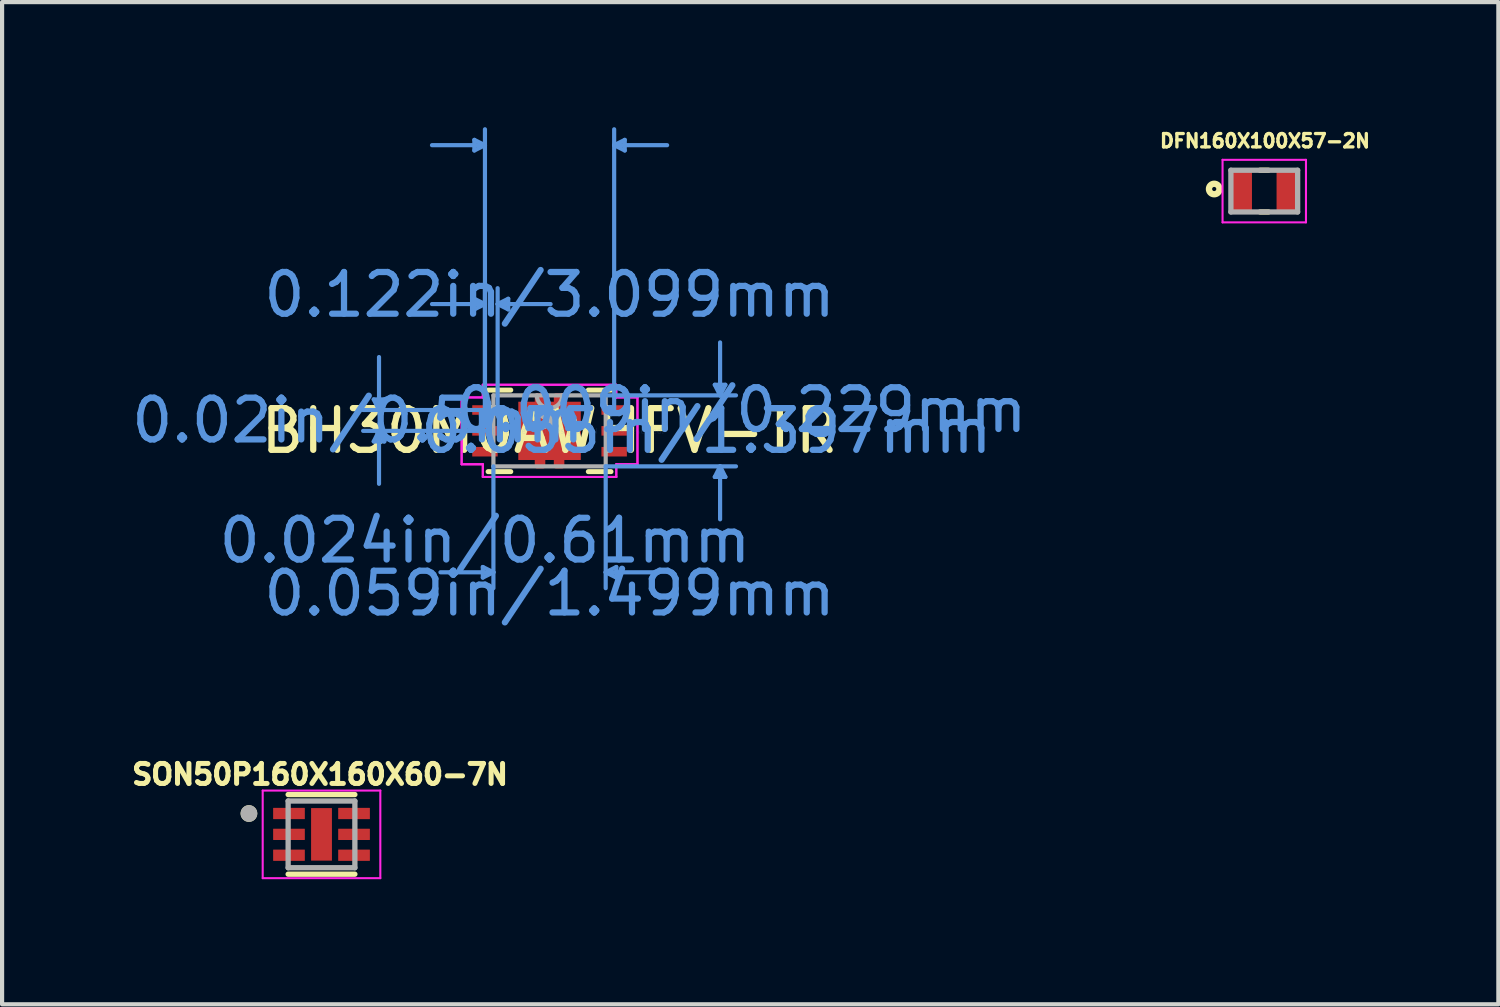
<source format=kicad_pcb>
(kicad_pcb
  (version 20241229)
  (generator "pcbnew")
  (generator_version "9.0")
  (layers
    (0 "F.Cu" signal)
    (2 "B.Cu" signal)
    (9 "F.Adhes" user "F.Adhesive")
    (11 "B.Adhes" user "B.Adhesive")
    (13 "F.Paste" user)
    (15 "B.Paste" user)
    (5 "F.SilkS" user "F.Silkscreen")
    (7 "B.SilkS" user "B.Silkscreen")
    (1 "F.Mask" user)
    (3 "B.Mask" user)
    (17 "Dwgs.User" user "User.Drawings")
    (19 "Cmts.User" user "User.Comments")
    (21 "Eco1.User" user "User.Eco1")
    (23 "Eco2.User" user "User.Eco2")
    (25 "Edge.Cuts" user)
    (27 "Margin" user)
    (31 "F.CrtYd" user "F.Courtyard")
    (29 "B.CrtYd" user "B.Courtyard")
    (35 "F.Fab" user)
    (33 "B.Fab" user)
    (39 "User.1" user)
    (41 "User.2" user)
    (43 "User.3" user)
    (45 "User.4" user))
  (footprint "SON50P160X160X60-7N"
    (layer "F.Cu")
    (at 4.659 16.956)
    (property "Reference" "SON50P160X160X60-7N" (at -0.036 -1.437 0) (layer "F.SilkS") (effects (font (size 0.48 0.48) (thickness 0.15))))
    (attr smd)
    (fp_line (start -0.8 -0.955) (end 0.8 -0.955) (stroke (width 0.127) (type solid)) (layer "F.SilkS"))
    (fp_line (start -0.8 0.955) (end 0.8 0.955) (stroke (width 0.127) (type solid)) (layer "F.SilkS"))
    (fp_circle (center -1.74 -0.5) (end -1.64 -0.5) (stroke (width 0.2) (type solid)) (fill no) (layer "F.SilkS"))
    (fp_poly (pts (xy -0.16 -0.4) (xy 0.16 -0.4) (xy 0.16 0.4) (xy -0.16 0.4)) (stroke (width 0.01) (type solid)) (fill yes) (layer "F.Paste"))
    (fp_line (start -1.41 -1.05) (end -1.41 1.05) (stroke (width 0.05) (type solid)) (layer "F.CrtYd"))
    (fp_line (start -1.41 -1.05) (end 1.41 -1.05) (stroke (width 0.05) (type solid)) (layer "F.CrtYd"))
    (fp_line (start -1.41 1.05) (end 1.41 1.05) (stroke (width 0.05) (type solid)) (layer "F.CrtYd"))
    (fp_line (start 1.41 -1.05) (end 1.41 1.05) (stroke (width 0.05) (type solid)) (layer "F.CrtYd"))
    (fp_line (start -0.8 -0.8) (end -0.8 0.8) (stroke (width 0.127) (type solid)) (layer "F.Fab"))
    (fp_line (start -0.8 -0.8) (end 0.8 -0.8) (stroke (width 0.127) (type solid)) (layer "F.Fab"))
    (fp_line (start -0.8 0.8) (end 0.8 0.8) (stroke (width 0.127) (type solid)) (layer "F.Fab"))
    (fp_line (start 0.8 -0.8) (end 0.8 0.8) (stroke (width 0.127) (type solid)) (layer "F.Fab"))
    (fp_circle (center -1.74 -0.5) (end -1.64 -0.5) (stroke (width 0.2) (type solid)) (fill no) (layer "F.Fab"))
    (pad "1" smd roundrect (at -0.78 -0.5) (size 0.76 0.27) (layers "F.Cu" "F.Mask" "F.Paste") (roundrect_rratio 0.03))
    (pad "2" smd roundrect (at -0.78 0) (size 0.76 0.27) (layers "F.Cu" "F.Mask" "F.Paste") (roundrect_rratio 0.03))
    (pad "3" smd roundrect (at -0.78 0.5) (size 0.76 0.27) (layers "F.Cu" "F.Mask" "F.Paste") (roundrect_rratio 0.03))
    (pad "4" smd roundrect (at 0.78 0.5) (size 0.76 0.27) (layers "F.Cu" "F.Mask" "F.Paste") (roundrect_rratio 0.03))
    (pad "5" smd roundrect (at 0.78 0) (size 0.76 0.27) (layers "F.Cu" "F.Mask" "F.Paste") (roundrect_rratio 0.03))
    (pad "6" smd roundrect (at 0.78 -0.5) (size 0.76 0.27) (layers "F.Cu" "F.Mask" "F.Paste") (roundrect_rratio 0.03))
    (pad "7" smd rect (at 0 0) (size 0.5 1.26) (layers "F.Cu" "F.Mask")))
  (footprint "BH30M0AWHFV-TR"
    (layer "F.Cu")
    (at 10.127 7.281)
    (property "Reference" "BH30M0AWHFV-TR" (at 0 0 0) (layer "F.SilkS") (effects (font (size 1 1) (thickness 0.15))))
    (attr through_hole)
    (fp_poly (pts (xy -0.305 -0.699) (xy -0.305 -0.851) (xy -0.152 -0.851) (xy -0.152 -0.699)) (stroke (width 0.1) (type solid)) (fill yes) (layer "F.Cu"))
    (fp_poly (pts (xy -0.305 0.699) (xy -0.305 0.851) (xy -0.152 0.851) (xy -0.152 0.699)) (stroke (width 0.1) (type solid)) (fill yes) (layer "F.Cu"))
    (fp_poly (pts (xy 0.305 -0.699) (xy 0.305 -0.851) (xy 0.152 -0.851) (xy 0.152 -0.699)) (stroke (width 0.1) (type solid)) (fill yes) (layer "F.Cu"))
    (fp_poly (pts (xy 0.305 0.699) (xy 0.305 0.851) (xy 0.152 0.851) (xy 0.152 0.699)) (stroke (width 0.1) (type solid)) (fill yes) (layer "F.Cu"))
    (fp_poly (pts (xy -0.305 -0.699) (xy -0.305 -0.851) (xy -0.152 -0.851) (xy -0.152 -0.699)) (stroke (width 0.1) (type solid)) (fill yes) (layer "F.Mask"))
    (fp_poly (pts (xy -0.305 0.699) (xy -0.305 0.851) (xy -0.152 0.851) (xy -0.152 0.699)) (stroke (width 0.1) (type solid)) (fill yes) (layer "F.Mask"))
    (fp_poly (pts (xy 0.305 -0.699) (xy 0.305 -0.851) (xy 0.152 -0.851) (xy 0.152 -0.699)) (stroke (width 0.1) (type solid)) (fill yes) (layer "F.Mask"))
    (fp_poly (pts (xy 0.305 0.699) (xy 0.305 0.851) (xy 0.152 0.851) (xy 0.152 0.699)) (stroke (width 0.1) (type solid)) (fill yes) (layer "F.Mask"))
    (fp_line (start -1.473 0.978) (end -0.93 0.978) (stroke (width 0.12) (type solid)) (layer "F.SilkS"))
    (fp_line (start -0.93 -0.978) (end -1.473 -0.978) (stroke (width 0.12) (type solid)) (layer "F.SilkS"))
    (fp_line (start 0.93 0.978) (end 1.473 0.978) (stroke (width 0.12) (type solid)) (layer "F.SilkS"))
    (fp_line (start 1.473 -0.978) (end 0.93 -0.978) (stroke (width 0.12) (type solid)) (layer "F.SilkS"))
    (fp_poly (pts (xy -0.305 -0.699) (xy -0.305 -0.851) (xy -0.152 -0.851) (xy -0.152 -0.699)) (stroke (width 0.1) (type solid)) (fill yes) (layer "F.Paste"))
    (fp_poly (pts (xy -0.305 0.699) (xy -0.305 0.851) (xy -0.152 0.851) (xy -0.152 0.699)) (stroke (width 0.1) (type solid)) (fill yes) (layer "F.Paste"))
    (fp_poly (pts (xy 0.305 -0.699) (xy 0.305 -0.851) (xy 0.152 -0.851) (xy 0.152 -0.699)) (stroke (width 0.1) (type solid)) (fill yes) (layer "F.Paste"))
    (fp_poly (pts (xy 0.305 0.699) (xy 0.305 0.851) (xy 0.152 0.851) (xy 0.152 0.699)) (stroke (width 0.1) (type solid)) (fill yes) (layer "F.Paste"))
    (fp_line (start -4.216 -0.754) (end -3.962 -0.754) (stroke (width 0.1) (type solid)) (layer "Cmts.User"))
    (fp_line (start -4.216 0.254) (end -3.962 0.254) (stroke (width 0.1) (type solid)) (layer "Cmts.User"))
    (fp_line (start -4.089 -0.5) (end -4.216 -0.754) (stroke (width 0.1) (type solid)) (layer "Cmts.User"))
    (fp_line (start -4.089 -0.5) (end -4.089 -1.77) (stroke (width 0.1) (type solid)) (layer "Cmts.User"))
    (fp_line (start -4.089 -0.5) (end -3.962 -0.754) (stroke (width 0.1) (type solid)) (layer "Cmts.User"))
    (fp_line (start -4.089 0) (end -4.216 0.254) (stroke (width 0.1) (type solid)) (layer "Cmts.User"))
    (fp_line (start -4.089 0) (end -4.089 1.27) (stroke (width 0.1) (type solid)) (layer "Cmts.User"))
    (fp_line (start -4.089 0) (end -3.962 0.254) (stroke (width 0.1) (type solid)) (layer "Cmts.User"))
    (fp_line (start -1.803 -6.977) (end -1.803 -6.723) (stroke (width 0.1) (type solid)) (layer "Cmts.User"))
    (fp_line (start -1.803 -3.167) (end -1.803 -2.913) (stroke (width 0.1) (type solid)) (layer "Cmts.User"))
    (fp_line (start -1.6 3.264) (end -1.6 3.518) (stroke (width 0.1) (type solid)) (layer "Cmts.User"))
    (fp_line (start -1.549 -6.85) (end -2.819 -6.85) (stroke (width 0.1) (type solid)) (layer "Cmts.User"))
    (fp_line (start -1.549 -6.85) (end -1.803 -6.977) (stroke (width 0.1) (type solid)) (layer "Cmts.User"))
    (fp_line (start -1.549 -6.85) (end -1.803 -6.723) (stroke (width 0.1) (type solid)) (layer "Cmts.User"))
    (fp_line (start -1.549 -3.04) (end -2.819 -3.04) (stroke (width 0.1) (type solid)) (layer "Cmts.User"))
    (fp_line (start -1.549 -3.04) (end -1.803 -3.167) (stroke (width 0.1) (type solid)) (layer "Cmts.User"))
    (fp_line (start -1.549 -3.04) (end -1.803 -2.913) (stroke (width 0.1) (type solid)) (layer "Cmts.User"))
    (fp_line (start -1.549 -0.5) (end -4.47 -0.5) (stroke (width 0.1) (type solid)) (layer "Cmts.User"))
    (fp_line (start -1.549 -0.5) (end -1.549 -7.231) (stroke (width 0.1) (type solid)) (layer "Cmts.User"))
    (fp_line (start -1.549 -0.5) (end -1.549 -3.421) (stroke (width 0.1) (type solid)) (layer "Cmts.User"))
    (fp_line (start -1.549 0) (end -4.47 0) (stroke (width 0.1) (type solid)) (layer "Cmts.User"))
    (fp_line (start -1.346 0.851) (end -1.346 3.772) (stroke (width 0.1) (type solid)) (layer "Cmts.User"))
    (fp_line (start -1.346 3.391) (end -2.616 3.391) (stroke (width 0.1) (type solid)) (layer "Cmts.User"))
    (fp_line (start -1.346 3.391) (end -1.6 3.264) (stroke (width 0.1) (type solid)) (layer "Cmts.User"))
    (fp_line (start -1.346 3.391) (end -1.6 3.518) (stroke (width 0.1) (type solid)) (layer "Cmts.User"))
    (fp_line (start -1.245 -3.04) (end -0.991 -3.167) (stroke (width 0.1) (type solid)) (layer "Cmts.User"))
    (fp_line (start -1.245 -3.04) (end -0.991 -2.913) (stroke (width 0.1) (type solid)) (layer "Cmts.User"))
    (fp_line (start -1.245 -3.04) (end 0.025 -3.04) (stroke (width 0.1) (type solid)) (layer "Cmts.User"))
    (fp_line (start -1.245 -0.5) (end -1.245 -3.421) (stroke (width 0.1) (type solid)) (layer "Cmts.User"))
    (fp_line (start -0.991 -3.167) (end -0.991 -2.913) (stroke (width 0.1) (type solid)) (layer "Cmts.User"))
    (fp_line (start 1.346 -0.851) (end 4.47 -0.851) (stroke (width 0.1) (type solid)) (layer "Cmts.User"))
    (fp_line (start 1.346 0.851) (end 1.346 3.772) (stroke (width 0.1) (type solid)) (layer "Cmts.User"))
    (fp_line (start 1.346 0.851) (end 4.47 0.851) (stroke (width 0.1) (type solid)) (layer "Cmts.User"))
    (fp_line (start 1.346 3.391) (end 1.6 3.264) (stroke (width 0.1) (type solid)) (layer "Cmts.User"))
    (fp_line (start 1.346 3.391) (end 1.6 3.518) (stroke (width 0.1) (type solid)) (layer "Cmts.User"))
    (fp_line (start 1.346 3.391) (end 2.616 3.391) (stroke (width 0.1) (type solid)) (layer "Cmts.User"))
    (fp_line (start 1.549 -6.85) (end 1.803 -6.977) (stroke (width 0.1) (type solid)) (layer "Cmts.User"))
    (fp_line (start 1.549 -6.85) (end 1.803 -6.723) (stroke (width 0.1) (type solid)) (layer "Cmts.User"))
    (fp_line (start 1.549 -6.85) (end 2.819 -6.85) (stroke (width 0.1) (type solid)) (layer "Cmts.User"))
    (fp_line (start 1.549 -0.5) (end 1.549 -7.231) (stroke (width 0.1) (type solid)) (layer "Cmts.User"))
    (fp_line (start 1.6 3.264) (end 1.6 3.518) (stroke (width 0.1) (type solid)) (layer "Cmts.User"))
    (fp_line (start 1.803 -6.977) (end 1.803 -6.723) (stroke (width 0.1) (type solid)) (layer "Cmts.User"))
    (fp_line (start 3.962 -1.105) (end 4.216 -1.105) (stroke (width 0.1) (type solid)) (layer "Cmts.User"))
    (fp_line (start 3.962 1.105) (end 4.216 1.105) (stroke (width 0.1) (type solid)) (layer "Cmts.User"))
    (fp_line (start 4.089 -0.851) (end 3.962 -1.105) (stroke (width 0.1) (type solid)) (layer "Cmts.User"))
    (fp_line (start 4.089 -0.851) (end 4.089 -2.121) (stroke (width 0.1) (type solid)) (layer "Cmts.User"))
    (fp_line (start 4.089 -0.851) (end 4.216 -1.105) (stroke (width 0.1) (type solid)) (layer "Cmts.User"))
    (fp_line (start 4.089 0.851) (end 3.962 1.105) (stroke (width 0.1) (type solid)) (layer "Cmts.User"))
    (fp_line (start 4.089 0.851) (end 4.089 2.121) (stroke (width 0.1) (type solid)) (layer "Cmts.User"))
    (fp_line (start 4.089 0.851) (end 4.216 1.105) (stroke (width 0.1) (type solid)) (layer "Cmts.User"))
    (fp_line (start -2.108 -0.801) (end -1.6 -0.801) (stroke (width 0.05) (type solid)) (layer "F.CrtYd"))
    (fp_line (start -2.108 -0.801) (end -1.6 -0.801) (stroke (width 0.05) (type solid)) (layer "F.CrtYd"))
    (fp_line (start -2.108 0.801) (end -2.108 -0.801) (stroke (width 0.05) (type solid)) (layer "F.CrtYd"))
    (fp_line (start -2.108 0.801) (end -2.108 -0.801) (stroke (width 0.05) (type solid)) (layer "F.CrtYd"))
    (fp_line (start -2.108 0.801) (end -1.6 0.801) (stroke (width 0.05) (type solid)) (layer "F.CrtYd"))
    (fp_line (start -1.6 -1.105) (end 1.6 -1.105) (stroke (width 0.05) (type solid)) (layer "F.CrtYd"))
    (fp_line (start -1.6 -1.105) (end 1.6 -1.105) (stroke (width 0.05) (type solid)) (layer "F.CrtYd"))
    (fp_line (start -1.6 -0.801) (end -1.6 -1.105) (stroke (width 0.05) (type solid)) (layer "F.CrtYd"))
    (fp_line (start -1.6 -0.801) (end -1.6 -1.105) (stroke (width 0.05) (type solid)) (layer "F.CrtYd"))
    (fp_line (start -1.6 0.801) (end -2.108 0.801) (stroke (width 0.05) (type solid)) (layer "F.CrtYd"))
    (fp_line (start -1.6 1.105) (end -1.6 0.801) (stroke (width 0.05) (type solid)) (layer "F.CrtYd"))
    (fp_line (start -1.6 1.105) (end -1.6 0.801) (stroke (width 0.05) (type solid)) (layer "F.CrtYd"))
    (fp_line (start 1.6 -1.105) (end 1.6 -0.801) (stroke (width 0.05) (type solid)) (layer "F.CrtYd"))
    (fp_line (start 1.6 -1.105) (end 1.6 -0.801) (stroke (width 0.05) (type solid)) (layer "F.CrtYd"))
    (fp_line (start 1.6 -0.801) (end 2.108 -0.801) (stroke (width 0.05) (type solid)) (layer "F.CrtYd"))
    (fp_line (start 1.6 0.801) (end 1.6 1.105) (stroke (width 0.05) (type solid)) (layer "F.CrtYd"))
    (fp_line (start 1.6 0.801) (end 1.6 1.105) (stroke (width 0.05) (type solid)) (layer "F.CrtYd"))
    (fp_line (start 1.6 1.105) (end -1.6 1.105) (stroke (width 0.05) (type solid)) (layer "F.CrtYd"))
    (fp_line (start 1.6 1.105) (end -1.6 1.105) (stroke (width 0.05) (type solid)) (layer "F.CrtYd"))
    (fp_line (start 2.108 -0.801) (end 1.6 -0.801) (stroke (width 0.05) (type solid)) (layer "F.CrtYd"))
    (fp_line (start 2.108 -0.801) (end 2.108 0.801) (stroke (width 0.05) (type solid)) (layer "F.CrtYd"))
    (fp_line (start 2.108 -0.801) (end 2.108 0.801) (stroke (width 0.05) (type solid)) (layer "F.CrtYd"))
    (fp_line (start 2.108 0.801) (end 1.6 0.801) (stroke (width 0.05) (type solid)) (layer "F.CrtYd"))
    (fp_line (start 2.108 0.801) (end 1.6 0.801) (stroke (width 0.05) (type solid)) (layer "F.CrtYd"))
    (fp_line (start -1.346 -0.851) (end -1.346 0.851) (stroke (width 0.1) (type solid)) (layer "F.Fab"))
    (fp_line (start -1.346 0.851) (end 1.346 0.851) (stroke (width 0.1) (type solid)) (layer "F.Fab"))
    (fp_line (start 1.346 -0.851) (end -1.346 -0.851) (stroke (width 0.1) (type solid)) (layer "F.Fab"))
    (fp_line (start 1.346 0.851) (end 1.346 -0.851) (stroke (width 0.1) (type solid)) (layer "F.Fab"))
    (fp_arc (start 0.3048 -0.8509) (mid 0 -0.5461) (end -0.3048 -0.8509) (stroke (width 0.1) (type solid)) (layer "F.Fab"))
    (fp_circle (center -1.245 -0.5) (end -1.245 -0.5) (stroke (width 0.1) (type solid)) (fill no) (layer "F.Fab"))
    (fp_text user "*" (at 0 0 0) (layer "F.SilkS") (effects (font (size 1 1) (thickness 0.15))))
    (fp_text user "0.059in/1.499mm" (at 0 3.899 0) (layer "Cmts.User") (effects (font (size 1 1) (thickness 0.15))))
    (fp_text user "0.122in/3.099mm" (at 0 -3.264 0) (layer "Cmts.User") (effects (font (size 1 1) (thickness 0.15))))
    (fp_text user "Copyright 2021 Accelerated Designs. All rights reserved." (at 0 0 0) (layer "Cmts.User") (effects (font (size 0.127 0.127) (thickness 0.002))))
    (fp_text user "0.024in/0.61mm" (at -1.549 2.629 0) (layer "Cmts.User") (effects (font (size 1 1) (thickness 0.15))))
    (fp_text user "0.009in/0.229mm" (at 4.597 -0.5 0) (layer "Cmts.User") (effects (font (size 1 1) (thickness 0.15))))
    (fp_text user "0.02in/0.5mm" (at -4.597 -0.25 0) (layer "Cmts.User") (effects (font (size 1 1) (thickness 0.15))))
    (fp_text user "0.055in/1.397mm" (at 3.759 0 0) (layer "Cmts.User") (effects (font (size 1 1) (thickness 0.15))))
    (fp_text user "*" (at 0 0 0) (layer "F.Fab") (effects (font (size 1 1) (thickness 0.15))))
    (pad "1" smd rect (at -1.549 -0.5) (size 0.61 0.229) (layers "F.Cu" "F.Mask" "F.Paste"))
    (pad "2" smd rect (at -1.549 0) (size 0.61 0.229) (layers "F.Cu" "F.Mask" "F.Paste"))
    (pad "3" smd rect (at -1.549 0.5) (size 0.61 0.229) (layers "F.Cu" "F.Mask" "F.Paste"))
    (pad "4" smd rect (at 1.549 0.5) (size 0.61 0.229) (layers "F.Cu" "F.Mask" "F.Paste"))
    (pad "5" smd rect (at 1.549 0) (size 0.61 0.229) (layers "F.Cu" "F.Mask" "F.Paste"))
    (pad "6" smd rect (at 1.549 -0.5) (size 0.61 0.229) (layers "F.Cu" "F.Mask" "F.Paste"))
    (pad "7" smd rect (at 0 0) (size 1.499 1.397) (layers "F.Cu" "F.Mask" "F.Paste")))
  (footprint "DFN160X100X57-2N"
    (layer "F.Cu")
    (at 27.264 1.532)
    (property "Reference" "DFN160X100X57-2N" (at 0.016 -1.204 0) (layer "F.SilkS") (effects (font (size 0.32 0.32) (thickness 0.15))))
    (attr smd)
    (fp_line (start -0.1 -0.5) (end 0.1 -0.5) (stroke (width 0.127) (type solid)) (layer "F.SilkS"))
    (fp_line (start -0.1 0.5) (end 0.1 0.5) (stroke (width 0.127) (type solid)) (layer "F.SilkS"))
    (fp_circle (center -1.2 -0.05) (end -1.15 -0.05) (stroke (width 0.152) (type solid)) (fill no) (layer "F.SilkS"))
    (fp_line (start -1 -0.75) (end 1 -0.75) (stroke (width 0.05) (type solid)) (layer "F.CrtYd"))
    (fp_line (start -1 0.75) (end -1 -0.75) (stroke (width 0.05) (type solid)) (layer "F.CrtYd"))
    (fp_line (start 1 -0.75) (end 1 0.75) (stroke (width 0.05) (type solid)) (layer "F.CrtYd"))
    (fp_line (start 1 0.75) (end -1 0.75) (stroke (width 0.05) (type solid)) (layer "F.CrtYd"))
    (fp_line (start -0.8 -0.5) (end 0.8 -0.5) (stroke (width 0.127) (type solid)) (layer "F.Fab"))
    (fp_line (start -0.8 0.5) (end -0.8 -0.5) (stroke (width 0.127) (type solid)) (layer "F.Fab"))
    (fp_line (start 0.8 -0.5) (end 0.8 0.5) (stroke (width 0.127) (type solid)) (layer "F.Fab"))
    (fp_line (start 0.8 0.5) (end -0.8 0.5) (stroke (width 0.127) (type solid)) (layer "F.Fab"))
    (pad "1" smd rect (at -0.55 0 90) (size 1.01 0.51) (layers "F.Cu" "F.Mask" "F.Paste"))
    (pad "2" smd rect (at 0.55 0 90) (size 1.01 0.51) (layers "F.Cu" "F.Mask" "F.Paste")))
  (gr_rect
    (start -3 -3)
    (end 32.877 21.031)
    (stroke (width 0.1) (type default))
    (fill no)
    (layer "Edge.Cuts")))
</source>
